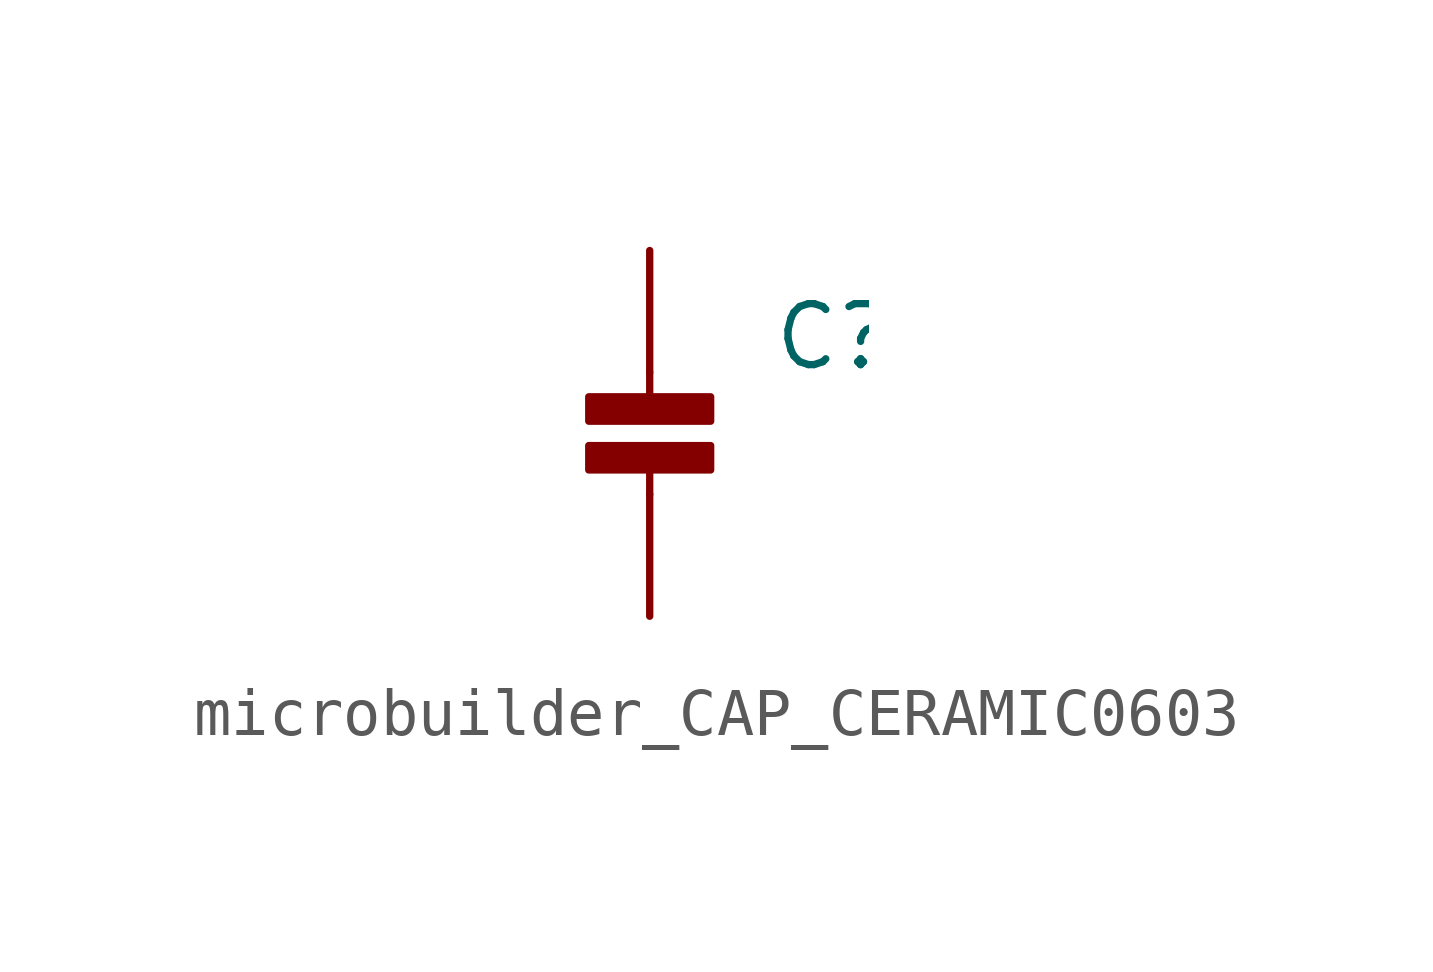
<source format=kicad_sym>
(kicad_symbol_lib
  (version 20220914)
  (generator kicad_symbol_editor)
  (symbol "microbuilder_CAP_CERAMIC0603"
    (property "Reference" "C"
      (at 2.54 2.54 0)
      (effects (font (size 1.27 1.27)) (justify left bottom)))
    (property "Value" ""
      (at 2.54 0 0)
      (effects (font (size 1.27 1.27)) (justify left bottom)))
    (property "ki_locked" ""
      (at 0 0 0)
      (effects (font (size 1.27 1.27))))
    (symbol "microbuilder_CAP_CERAMIC0603_1_0"
      (rectangle (start -1.27 0.508) (end 1.27 1.016) (stroke (width 0) (type default)) (fill (type outline)))
      (rectangle (start -1.27 1.524) (end 1.27 2.032) (stroke (width 0) (type default)) (fill (type outline)))
      (polyline (pts (xy 0 0.762) (xy 0 0)) (stroke (width 0.152) (type solid)) (fill (type none)))
      (polyline (pts (xy 0 2.54) (xy 0 1.778)) (stroke (width 0.152) (type solid)) (fill (type none)))
      (pin passive line (at 0 5.08 270) (length 2.54) (name "P$1" (effects (font (size 0 0)))) (number "1" (effects (font (size 0 0)))))
      (pin passive line (at 0 -2.54 90) (length 2.54) (name "P$2" (effects (font (size 0 0)))) (number "2" (effects (font (size 0 0))))))))
</source>
